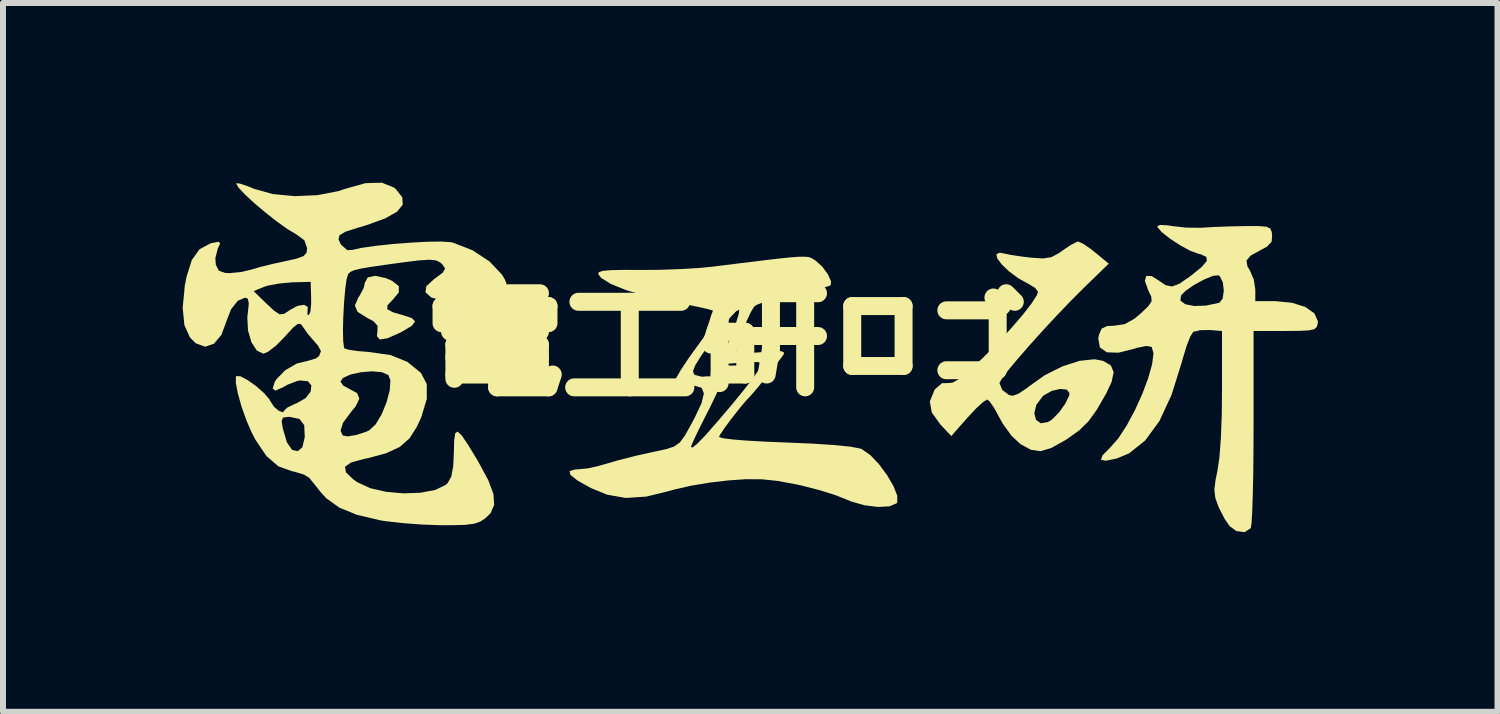
<source format=kicad_pcb>
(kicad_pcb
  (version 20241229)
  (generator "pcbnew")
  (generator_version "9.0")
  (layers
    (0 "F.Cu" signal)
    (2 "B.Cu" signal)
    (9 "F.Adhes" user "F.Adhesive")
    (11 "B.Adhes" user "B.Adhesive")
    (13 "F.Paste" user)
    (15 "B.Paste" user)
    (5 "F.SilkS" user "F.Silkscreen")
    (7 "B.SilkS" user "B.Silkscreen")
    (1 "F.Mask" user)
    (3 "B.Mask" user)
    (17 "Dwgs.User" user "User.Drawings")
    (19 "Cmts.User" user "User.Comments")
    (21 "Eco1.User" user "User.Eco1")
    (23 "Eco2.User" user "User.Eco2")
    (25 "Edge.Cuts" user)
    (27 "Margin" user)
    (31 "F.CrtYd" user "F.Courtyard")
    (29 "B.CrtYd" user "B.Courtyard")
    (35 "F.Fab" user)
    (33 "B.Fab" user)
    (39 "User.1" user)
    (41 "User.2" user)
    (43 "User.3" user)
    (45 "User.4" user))
  (footprint "電工研ロゴ"
    (layer "F.Cu")
    (at 9.072 2.739)
    (property "Reference" "電工研ロゴ" (at 0 0 0) (layer "F.SilkS") (effects (font (size 1.5 1.5) (thickness 0.3))))
    (attr board_only exclude_from_pos_files exclude_from_bom)
    (fp_poly (pts (xy -5.678 -1.145) (xy -5.575 -1.1) (xy -5.463 -1.011) (xy -5.464 -0.905) (xy -5.56 -0.79) (xy -5.652 -0.693) (xy -5.657 -0.627) (xy -5.564 -0.576) (xy -5.411 -0.532) (xy -5.248 -0.479) (xy -5.192 -0.423) (xy -5.244 -0.351) (xy -5.405 -0.254) (xy -5.444 -0.233) (xy -5.656 -0.14) (xy -5.782 -0.121) (xy -5.829 -0.177) (xy -5.821 -0.251) (xy -5.818 -0.349) (xy -5.886 -0.425) (xy -5.996 -0.484) (xy -6.151 -0.582) (xy -6.197 -0.687) (xy -6.14 -0.821) (xy -6.118 -0.852) (xy -6.049 -0.983) (xy -6.03 -1.068) (xy -5.982 -1.158) (xy -5.857 -1.184)) (stroke (width 0) (type solid)) (fill yes) (layer "F.SilkS"))
    (fp_poly (pts (xy 5.959 -1.721) (xy 6.089 -1.633) (xy 6.166 -1.571) (xy 6.39 -1.387) (xy 5.981 -0.99) (xy 5.761 -0.77) (xy 5.525 -0.524) (xy 5.288 -0.269) (xy 5.063 -0.019) (xy 4.864 0.21) (xy 4.705 0.401) (xy 4.601 0.54) (xy 4.565 0.608) (xy 4.614 0.723) (xy 4.724 0.806) (xy 4.788 0.819) (xy 4.883 0.784) (xy 5.015 0.696) (xy 5.048 0.67) (xy 5.32 0.476) (xy 5.614 0.329) (xy 5.9 0.236) (xy 6.15 0.209) (xy 6.293 0.235) (xy 6.425 0.312) (xy 6.472 0.425) (xy 6.437 0.59) (xy 6.348 0.779) (xy 6.192 1.05) (xy 6.051 1.246) (xy 5.895 1.398) (xy 5.696 1.54) (xy 5.657 1.564) (xy 5.428 1.692) (xy 5.251 1.744) (xy 5.094 1.722) (xy 4.921 1.629) (xy 4.912 1.623) (xy 4.764 1.484) (xy 4.62 1.284) (xy 4.567 1.188) (xy 4.525 1.111) (xy 5.147 1.111) (xy 5.175 1.221) (xy 5.255 1.278) (xy 5.376 1.257) (xy 5.446 1.213) (xy 5.561 1.095) (xy 5.666 0.947) (xy 5.729 0.816) (xy 5.735 0.777) (xy 5.69 0.716) (xy 5.578 0.705) (xy 5.437 0.738) (xy 5.305 0.812) (xy 5.286 0.83) (xy 5.18 0.972) (xy 5.147 1.111) (xy 4.525 1.111) (xy 4.477 1.023) (xy 4.399 0.912) (xy 4.36 0.881) (xy 4.295 0.921) (xy 4.179 1.027) (xy 4.037 1.178) (xy 4.031 1.185) (xy 3.761 1.491) (xy 3.577 1.296) (xy 3.435 1.097) (xy 3.403 0.914) (xy 3.477 0.729) (xy 3.489 0.71) (xy 3.605 0.609) (xy 3.704 0.607) (xy 3.782 0.6) (xy 3.892 0.539) (xy 4.048 0.412) (xy 4.265 0.208) (xy 4.285 0.189) (xy 4.529 -0.057) (xy 4.755 -0.302) (xy 4.951 -0.529) (xy 5.1 -0.721) (xy 5.19 -0.861) (xy 5.209 -0.918) (xy 5.161 -0.982) (xy 5.059 -1.044) (xy 4.883 -1.141) (xy 4.727 -1.256) (xy 4.605 -1.372) (xy 4.529 -1.473) (xy 4.513 -1.544) (xy 4.569 -1.57) (xy 4.638 -1.557) (xy 4.771 -1.53) (xy 4.966 -1.502) (xy 5.092 -1.487) (xy 5.293 -1.474) (xy 5.43 -1.495) (xy 5.555 -1.561) (xy 5.615 -1.604) (xy 5.754 -1.698) (xy 5.859 -1.751) (xy 5.88 -1.756)) (stroke (width 0) (type solid)) (fill yes) (layer "F.SilkS"))
    (fp_poly (pts (xy 7.381 -2.026) (xy 7.447 -2.015) (xy 7.675 -1.989) (xy 7.917 -1.986) (xy 7.959 -1.988) (xy 8.155 -2) (xy 8.411 -2.009) (xy 8.662 -2.014) (xy 8.885 -2.015) (xy 9.017 -2.005) (xy 9.084 -1.977) (xy 9.11 -1.921) (xy 9.118 -1.866) (xy 9.11 -1.753) (xy 9.032 -1.671) (xy 8.931 -1.616) (xy 8.76 -1.522) (xy 8.689 -1.438) (xy 8.706 -1.341) (xy 8.746 -1.275) (xy 8.812 -1.121) (xy 8.837 -0.953) (xy 8.837 -0.761) (xy 9.174 -0.761) (xy 9.45 -0.734) (xy 9.673 -0.663) (xy 9.823 -0.557) (xy 9.882 -0.426) (xy 9.88 -0.394) (xy 9.864 -0.332) (xy 9.823 -0.293) (xy 9.732 -0.273) (xy 9.569 -0.265) (xy 9.335 -0.263) (xy 8.808 -0.263) (xy 8.808 1.346) (xy 8.806 1.771) (xy 8.802 2.159) (xy 8.794 2.495) (xy 8.785 2.762) (xy 8.774 2.945) (xy 8.762 3.027) (xy 8.761 3.029) (xy 8.658 3.096) (xy 8.522 3.078) (xy 8.41 2.997) (xy 8.326 2.876) (xy 8.238 2.706) (xy 8.219 2.664) (xy 8.168 2.519) (xy 8.153 2.387) (xy 8.174 2.22) (xy 8.203 2.081) (xy 8.237 1.854) (xy 8.262 1.53) (xy 8.277 1.126) (xy 8.281 0.732) (xy 8.281 -0.263) (xy 8.076 -0.279) (xy 7.917 -0.276) (xy 7.805 -0.25) (xy 7.799 -0.246) (xy 7.751 -0.17) (xy 7.689 -0.011) (xy 7.625 0.201) (xy 7.61 0.256) (xy 7.439 0.804) (xy 7.236 1.241) (xy 6.998 1.566) (xy 6.727 1.782) (xy 6.521 1.867) (xy 6.339 1.904) (xy 6.26 1.887) (xy 6.285 1.814) (xy 6.408 1.69) (xy 6.546 1.535) (xy 6.688 1.318) (xy 6.826 1.062) (xy 6.949 0.791) (xy 7.048 0.526) (xy 7.114 0.292) (xy 7.137 0.11) (xy 7.107 0.004) (xy 7.106 0.003) (xy 7.018 -0.013) (xy 6.861 0.019) (xy 6.818 0.033) (xy 6.551 0.1) (xy 6.357 0.093) (xy 6.242 0.012) (xy 6.215 -0.138) (xy 6.228 -0.204) (xy 6.272 -0.303) (xy 6.363 -0.345) (xy 6.483 -0.351) (xy 6.657 -0.377) (xy 6.819 -0.468) (xy 6.923 -0.555) (xy 7.051 -0.677) (xy 7.105 -0.759) (xy 7.105 -0.77) (xy 7.586 -0.77) (xy 7.668 -0.709) (xy 7.818 -0.68) (xy 8.014 -0.687) (xy 8.232 -0.733) (xy 8.237 -0.735) (xy 8.292 -0.804) (xy 8.311 -0.935) (xy 8.295 -1.075) (xy 8.245 -1.176) (xy 8.22 -1.193) (xy 8.126 -1.182) (xy 7.977 -1.12) (xy 7.812 -1.03) (xy 7.671 -0.932) (xy 7.597 -0.856) (xy 7.586 -0.77) (xy 7.105 -0.77) (xy 7.099 -0.838) (xy 7.049 -0.942) (xy 6.993 -1.1) (xy 7.016 -1.183) (xy 7.107 -1.179) (xy 7.212 -1.114) (xy 7.339 -1.028) (xy 7.447 -1.006) (xy 7.57 -1.052) (xy 7.743 -1.172) (xy 7.761 -1.185) (xy 7.943 -1.333) (xy 8.028 -1.434) (xy 8.019 -1.501) (xy 7.921 -1.545) (xy 7.883 -1.553) (xy 7.746 -1.604) (xy 7.578 -1.696) (xy 7.41 -1.806) (xy 7.274 -1.914) (xy 7.204 -1.997) (xy 7.2 -2.012) (xy 7.25 -2.034)) (stroke (width 0) (type solid)) (fill yes) (layer "F.SilkS"))
    (fp_poly (pts (xy 1.388 -1.495) (xy 1.433 -1.477) (xy 1.472 -1.453) (xy 1.498 -1.435) (xy 1.608 -1.336) (xy 1.701 -1.209) (xy 1.753 -1.091) (xy 1.747 -1.025) (xy 1.681 -1.002) (xy 1.526 -0.963) (xy 1.308 -0.913) (xy 1.138 -0.877) (xy 0.884 -0.819) (xy 0.668 -0.758) (xy 0.52 -0.703) (xy 0.475 -0.676) (xy 0.416 -0.582) (xy 0.339 -0.417) (xy 0.263 -0.226) (xy 0.203 -0.048) (xy 0.176 0.072) (xy 0.176 0.078) (xy 0.23 0.101) (xy 0.376 0.106) (xy 0.591 0.091) (xy 0.808 0.073) (xy 0.928 0.075) (xy 0.97 0.098) (xy 0.962 0.128) (xy 0.906 0.206) (xy 0.801 0.343) (xy 0.672 0.505) (xy 0.546 0.661) (xy 0.447 0.778) (xy 0.41 0.819) (xy 0.321 0.916) (xy 0.203 1.058) (xy 0.078 1.218) (xy -0.031 1.366) (xy -0.102 1.473) (xy -0.117 1.506) (xy -0.061 1.526) (xy 0.097 1.547) (xy 0.341 1.567) (xy 0.656 1.585) (xy 0.999 1.599) (xy 1.45 1.618) (xy 1.813 1.642) (xy 2.079 1.669) (xy 2.241 1.7) (xy 2.269 1.711) (xy 2.41 1.81) (xy 2.556 1.964) (xy 2.69 2.146) (xy 2.797 2.33) (xy 2.859 2.489) (xy 2.859 2.598) (xy 2.848 2.614) (xy 2.728 2.665) (xy 2.537 2.675) (xy 2.311 2.647) (xy 2.089 2.584) (xy 2.016 2.553) (xy 1.821 2.476) (xy 1.557 2.394) (xy 1.271 2.32) (xy 1.167 2.297) (xy 0.856 2.24) (xy 0.596 2.213) (xy 0.328 2.212) (xy 0.039 2.232) (xy -0.267 2.268) (xy -0.581 2.32) (xy -0.851 2.381) (xy -0.927 2.403) (xy -1.329 2.502) (xy -1.673 2.525) (xy -1.987 2.47) (xy -2.257 2.359) (xy -2.48 2.234) (xy -2.599 2.139) (xy -2.612 2.076) (xy -2.517 2.049) (xy -2.482 2.048) (xy -2.308 2.031) (xy -2.126 1.99) (xy -1.789 1.893) (xy -1.482 1.815) (xy -1.182 1.749) (xy -0.992 1.708) (xy -0.884 1.672) (xy -0.585 1.672) (xy -0.56 1.684) (xy -0.483 1.622) (xy -0.348 1.483) (xy -0.152 1.26) (xy 0.112 0.95) (xy 0.121 0.938) (xy 0.306 0.711) (xy 0.457 0.515) (xy 0.561 0.367) (xy 0.604 0.285) (xy 0.604 0.276) (xy 0.534 0.256) (xy 0.386 0.255) (xy 0.258 0.267) (xy 0.052 0.282) (xy -0.047 0.263) (xy -0.059 0.241) (xy -0.038 0.158) (xy 0.016 -0.00014) (xy 0.092 -0.199) (xy 0.095 -0.207) (xy 0.167 -0.399) (xy 0.212 -0.546) (xy 0.221 -0.617) (xy 0.22 -0.619) (xy 0.17 -0.593) (xy 0.069 -0.488) (xy -0.068 -0.323) (xy -0.228 -0.114) (xy -0.393 0.119) (xy -0.406 0.138) (xy -0.513 0.307) (xy -0.552 0.407) (xy -0.532 0.463) (xy -0.52 0.472) (xy -0.399 0.501) (xy -0.322 0.494) (xy -0.187 0.496) (xy -0.124 0.52) (xy -0.095 0.564) (xy -0.106 0.648) (xy -0.161 0.791) (xy -0.267 1.011) (xy -0.314 1.102) (xy -0.428 1.328) (xy -0.518 1.514) (xy -0.573 1.637) (xy -0.585 1.672) (xy -0.884 1.672) (xy -0.864 1.665) (xy -0.771 1.598) (xy -0.687 1.484) (xy -0.584 1.3) (xy -0.526 1.191) (xy -0.41 0.945) (xy -0.37 0.78) (xy -0.408 0.685) (xy -0.526 0.651) (xy -0.624 0.653) (xy -0.778 0.649) (xy -0.859 0.611) (xy -0.862 0.604) (xy -0.838 0.533) (xy -0.756 0.39) (xy -0.63 0.199) (xy -0.501 0.02) (xy -0.346 -0.193) (xy -0.221 -0.37) (xy -0.141 -0.493) (xy -0.118 -0.537) (xy -0.131 -0.565) (xy -0.182 -0.593) (xy -0.287 -0.624) (xy -0.464 -0.665) (xy -0.728 -0.718) (xy -0.956 -0.762) (xy -1.342 -0.849) (xy -1.669 -0.945) (xy -1.921 -1.047) (xy -2.083 -1.147) (xy -2.133 -1.211) (xy -2.124 -1.245) (xy -2.058 -1.267) (xy -1.919 -1.279) (xy -1.69 -1.283) (xy -1.447 -1.282) (xy -1.107 -1.284) (xy -0.749 -1.297) (xy -0.424 -1.317) (xy -0.234 -1.336) (xy 0.235 -1.394) (xy 0.602 -1.439) (xy 0.881 -1.472) (xy 1.085 -1.493) (xy 1.228 -1.503) (xy 1.325 -1.503)) (stroke (width 0) (type solid)) (fill yes) (layer "F.SilkS"))
    (fp_poly (pts (xy -5.541 -2.656) (xy -5.512 -2.631) (xy -5.406 -2.495) (xy -5.398 -2.371) (xy -5.492 -2.255) (xy -5.692 -2.142) (xy -6.004 -2.029) (xy -6.158 -1.983) (xy -6.355 -1.92) (xy -6.454 -1.861) (xy -6.47 -1.791) (xy -6.429 -1.705) (xy -6.325 -1.613) (xy -6.245 -1.615) (xy -6.083 -1.651) (xy -5.844 -1.685) (xy -5.561 -1.715) (xy -5.263 -1.738) (xy -4.981 -1.753) (xy -4.746 -1.756) (xy -4.589 -1.745) (xy -4.565 -1.74) (xy -4.234 -1.611) (xy -3.949 -1.424) (xy -3.74 -1.203) (xy -3.696 -1.129) (xy -3.667 -1.059) (xy -3.683 -1.009) (xy -3.765 -0.963) (xy -3.933 -0.906) (xy -4.014 -0.88) (xy -4.402 -0.786) (xy -4.706 -0.766) (xy -4.92 -0.821) (xy -5.019 -0.909) (xy -5.004 -1.01) (xy -4.876 -1.128) (xy -4.858 -1.141) (xy -4.728 -1.238) (xy -4.691 -1.307) (xy -4.738 -1.376) (xy -4.772 -1.407) (xy -4.841 -1.441) (xy -4.953 -1.453) (xy -5.133 -1.441) (xy -5.372 -1.411) (xy -5.708 -1.365) (xy -5.947 -1.33) (xy -6.107 -1.302) (xy -6.206 -1.278) (xy -6.264 -1.253) (xy -6.299 -1.225) (xy -6.309 -1.213) (xy -6.335 -1.128) (xy -6.358 -0.961) (xy -6.377 -0.743) (xy -6.39 -0.505) (xy -6.396 -0.279) (xy -6.392 -0.095) (xy -6.378 0.014) (xy -6.371 0.028) (xy -6.297 0.051) (xy -6.141 0.073) (xy -5.961 0.088) (xy -5.603 0.139) (xy -5.323 0.251) (xy -5.096 0.435) (xy -5.095 0.435) (xy -4.997 0.622) (xy -4.996 0.871) (xy -5.091 1.184) (xy -5.16 1.333) (xy -5.284 1.53) (xy -5.449 1.674) (xy -5.678 1.78) (xy -5.996 1.864) (xy -6.046 1.874) (xy -6.261 1.933) (xy -6.361 2.004) (xy -6.347 2.096) (xy -6.223 2.215) (xy -6.156 2.262) (xy -5.946 2.36) (xy -5.679 2.422) (xy -5.387 2.448) (xy -5.102 2.438) (xy -4.855 2.391) (xy -4.68 2.307) (xy -4.649 2.278) (xy -4.588 2.17) (xy -4.555 1.995) (xy -4.544 1.759) (xy -4.539 1.56) (xy -4.521 1.444) (xy -4.482 1.417) (xy -4.413 1.48) (xy -4.306 1.639) (xy -4.15 1.896) (xy -4.134 1.924) (xy -3.97 2.227) (xy -3.883 2.46) (xy -3.871 2.639) (xy -3.931 2.779) (xy -4.017 2.863) (xy -4.103 2.92) (xy -4.206 2.955) (xy -4.354 2.974) (xy -4.574 2.98) (xy -4.763 2.98) (xy -5.075 2.969) (xy -5.399 2.945) (xy -5.682 2.913) (xy -5.77 2.899) (xy -6.162 2.807) (xy -6.458 2.686) (xy -6.677 2.528) (xy -6.761 2.436) (xy -6.869 2.301) (xy -6.951 2.199) (xy -6.962 2.186) (xy -7.052 2.133) (xy -7.205 2.087) (xy -7.247 2.079) (xy -7.474 1.997) (xy -7.674 1.825) (xy -7.858 1.552) (xy -7.919 1.434) (xy -8.002 1.243) (xy -7.42 1.243) (xy -7.401 1.361) (xy -7.331 1.598) (xy -7.244 1.723) (xy -7.151 1.744) (xy -7.074 1.68) (xy -7.035 1.516) (xy -7.034 1.498) (xy -7.043 1.309) (xy -7.121 1.207) (xy -7.282 1.172) (xy -7.306 1.171) (xy -7.396 1.183) (xy -7.42 1.243) (xy -8.002 1.243) (xy -8.01 1.223) (xy -8.091 0.995) (xy -8.151 0.778) (xy -8.185 0.604) (xy -8.183 0.501) (xy -8.176 0.49) (xy -8.107 0.494) (xy -7.986 0.558) (xy -7.844 0.659) (xy -7.713 0.774) (xy -7.623 0.88) (xy -7.607 0.911) (xy -7.547 1.003) (xy -7.465 1.072) (xy -7.396 1.095) (xy -7.374 1.063) (xy -7.325 1.016) (xy -7.203 0.957) (xy -7.172 0.945) (xy -7.019 0.858) (xy -6.936 0.75) (xy -6.923 0.647) (xy -6.975 0.585) (xy -6.438 0.585) (xy -6.389 0.65) (xy -6.297 0.7) (xy -6.159 0.775) (xy -6.122 0.867) (xy -6.184 0.996) (xy -6.258 1.086) (xy -6.395 1.27) (xy -6.436 1.402) (xy -6.4 1.482) (xy -6.316 1.497) (xy -6.171 1.473) (xy -6.01 1.42) (xy -5.956 1.395) (xy -5.85 1.296) (xy -5.75 1.129) (xy -5.668 0.928) (xy -5.615 0.728) (xy -5.604 0.562) (xy -5.637 0.473) (xy -5.745 0.425) (xy -5.911 0.411) (xy -6.099 0.426) (xy -6.273 0.465) (xy -6.398 0.523) (xy -6.438 0.585) (xy -6.975 0.585) (xy -6.983 0.576) (xy -7.115 0.563) (xy -7.161 0.573) (xy -7.314 0.631) (xy -7.408 0.683) (xy -7.526 0.733) (xy -7.57 0.697) (xy -7.534 0.587) (xy -7.509 0.546) (xy -7.362 0.394) (xy -7.166 0.28) (xy -6.976 0.234) (xy -6.975 0.234) (xy -6.844 0.194) (xy -6.793 0.152) (xy -6.763 0.074) (xy -6.814 -0.021) (xy -6.859 -0.071) (xy -6.976 -0.207) (xy -7.06 -0.325) (xy -7.102 -0.38) (xy -7.151 -0.381) (xy -7.23 -0.317) (xy -7.36 -0.175) (xy -7.372 -0.161) (xy -7.517 -0.015) (xy -7.647 0.085) (xy -7.724 0.117) (xy -7.834 0.064) (xy -7.924 -0.075) (xy -7.981 -0.27) (xy -7.993 -0.489) (xy -7.985 -0.557) (xy -7.968 -0.723) (xy -7.985 -0.802) (xy -8.032 -0.819) (xy -8.153 -0.766) (xy -8.263 -0.627) (xy -8.336 -0.439) (xy -8.425 -0.198) (xy -8.55 -0.05) (xy -8.696 -0.000389) (xy -8.851 -0.056) (xy -8.95 -0.154) (xy -9.043 -0.359) (xy -9.072 -0.651) (xy -9.045 -0.928) (xy -7.887 -0.928) (xy -7.68 -0.727) (xy -7.542 -0.598) (xy -7.453 -0.541) (xy -7.38 -0.548) (xy -7.29 -0.607) (xy -7.283 -0.613) (xy -7.155 -0.682) (xy -7.044 -0.7) (xy -6.983 -0.665) (xy -6.986 -0.615) (xy -6.99 -0.539) (xy -6.969 -0.527) (xy -6.941 -0.579) (xy -6.927 -0.712) (xy -6.927 -0.805) (xy -6.935 -1.083) (xy -7.244 -1.075) (xy -7.458 -1.056) (xy -7.651 -1.02) (xy -7.72 -0.997) (xy -7.887 -0.928) (xy -9.045 -0.928) (xy -9.037 -1.018) (xy -9.008 -1.167) (xy -8.92 -1.446) (xy -8.792 -1.626) (xy -8.612 -1.724) (xy -8.582 -1.732) (xy -8.469 -1.753) (xy -8.447 -1.722) (xy -8.485 -1.641) (xy -8.526 -1.482) (xy -8.519 -1.37) (xy -8.469 -1.27) (xy -8.363 -1.232) (xy -8.289 -1.229) (xy -8.092 -1.248) (xy -7.924 -1.288) (xy -7.776 -1.332) (xy -7.563 -1.384) (xy -7.374 -1.425) (xy -7.169 -1.471) (xy -7.054 -1.514) (xy -7.004 -1.568) (xy -6.994 -1.644) (xy -7.04 -1.777) (xy -7.173 -1.875) (xy -7.319 -1.962) (xy -7.499 -2.09) (xy -7.692 -2.242) (xy -7.877 -2.398) (xy -8.033 -2.543) (xy -8.14 -2.657) (xy -8.178 -2.724) (xy -8.175 -2.73) (xy -8.113 -2.723) (xy -7.979 -2.677) (xy -7.875 -2.635) (xy -7.568 -2.549) (xy -7.202 -2.514) (xy -6.82 -2.531) (xy -6.468 -2.599) (xy -6.365 -2.634) (xy -6.022 -2.731) (xy -5.746 -2.739)) (stroke (width 0) (type solid)) (fill yes) (layer "F.SilkS")))
  (gr_rect
    (start -3 -3)
    (end 21.953 8.834)
    (stroke (width 0.1) (type default))
    (fill no)
    (layer "Edge.Cuts")))
</source>
